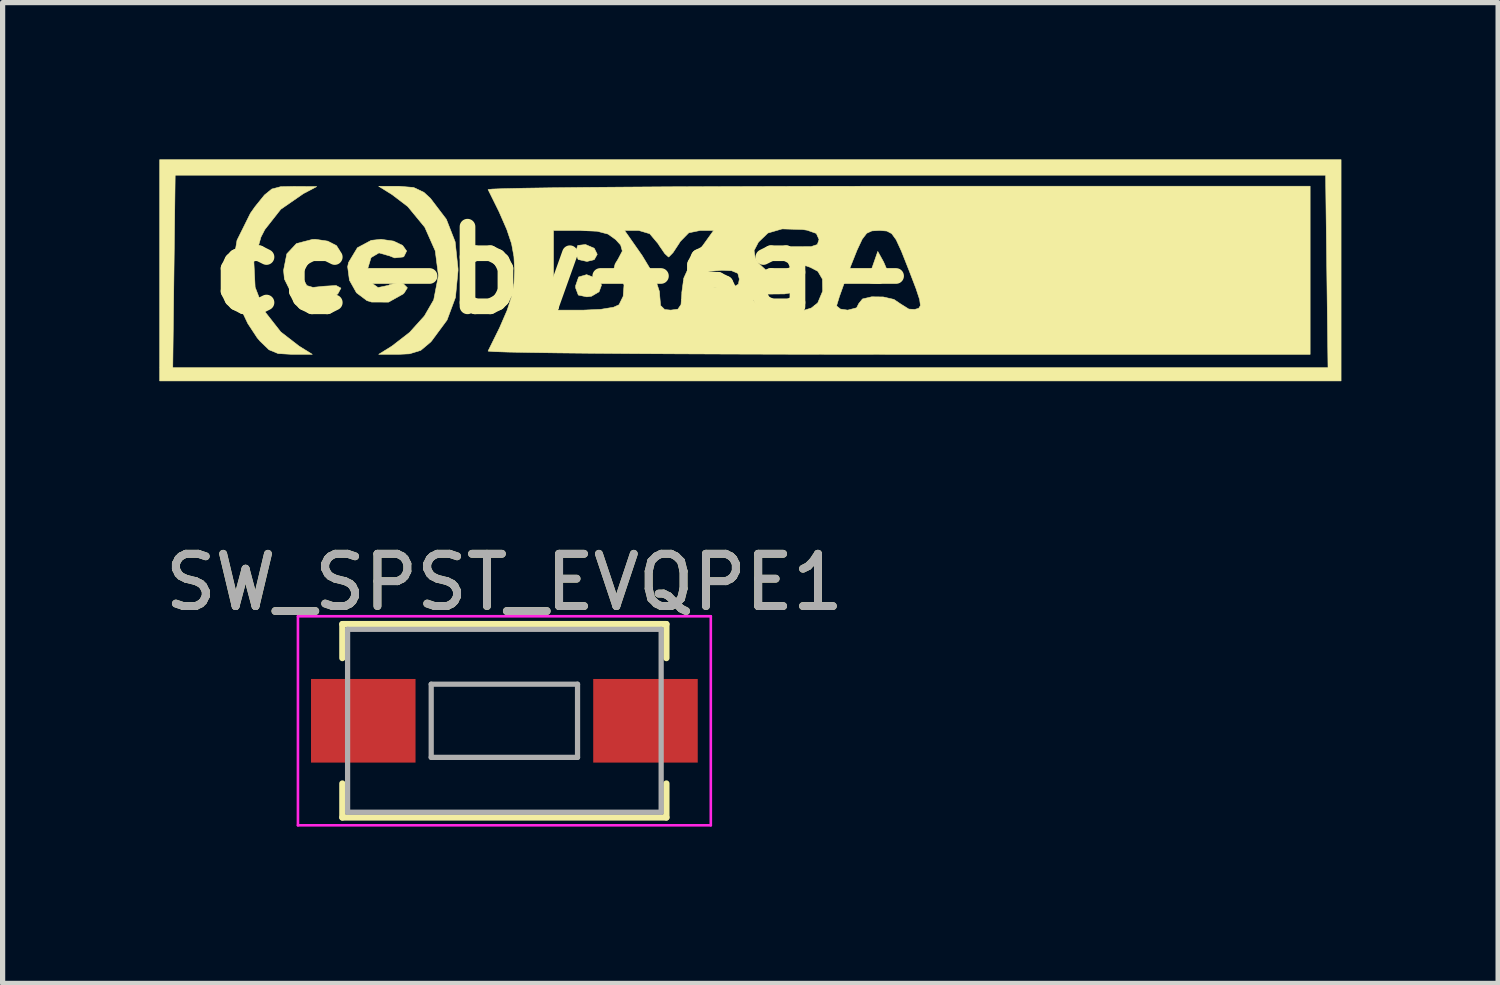
<source format=kicad_pcb>
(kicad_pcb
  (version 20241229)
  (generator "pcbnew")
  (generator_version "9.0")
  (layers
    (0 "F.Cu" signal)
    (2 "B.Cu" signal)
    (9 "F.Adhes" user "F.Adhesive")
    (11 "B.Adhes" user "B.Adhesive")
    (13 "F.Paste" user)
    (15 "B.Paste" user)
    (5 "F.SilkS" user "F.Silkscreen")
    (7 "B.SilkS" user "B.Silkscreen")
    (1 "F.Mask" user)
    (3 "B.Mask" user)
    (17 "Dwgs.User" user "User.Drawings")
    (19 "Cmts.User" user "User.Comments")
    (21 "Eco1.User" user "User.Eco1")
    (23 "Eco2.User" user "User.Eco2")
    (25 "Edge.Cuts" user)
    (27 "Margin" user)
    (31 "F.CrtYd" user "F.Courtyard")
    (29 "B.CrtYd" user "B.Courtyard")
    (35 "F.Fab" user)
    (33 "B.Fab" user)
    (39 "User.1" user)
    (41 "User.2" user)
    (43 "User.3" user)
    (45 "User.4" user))
  (footprint "SW_SPST_EVQPE1"
    (layer "F.Cu")
    (at 6.601 10.742)
    (property "Reference" "SW_SPST_EVQPE1" (at 0 -2.65 0) (layer "F.SilkS") (effects (font (size 1 1) (thickness 0.15))))
    (attr smd)
    (fp_line (start -3.1 -1.85) (end -3.1 -1.2) (stroke (width 0.12) (type solid)) (layer "F.SilkS"))
    (fp_line (start -3.1 1.2) (end -3.1 1.85) (stroke (width 0.12) (type solid)) (layer "F.SilkS"))
    (fp_line (start -3.1 1.85) (end 3.1 1.85) (stroke (width 0.12) (type solid)) (layer "F.SilkS"))
    (fp_line (start 3.1 -1.85) (end -3.1 -1.85) (stroke (width 0.12) (type solid)) (layer "F.SilkS"))
    (fp_line (start 3.1 -1.85) (end 3.1 -1.2) (stroke (width 0.12) (type solid)) (layer "F.SilkS"))
    (fp_line (start 3.1 1.85) (end 3.1 1.2) (stroke (width 0.12) (type solid)) (layer "F.SilkS"))
    (fp_line (start -3.95 -2) (end 3.95 -2) (stroke (width 0.05) (type solid)) (layer "F.CrtYd"))
    (fp_line (start -3.95 2) (end -3.95 -2) (stroke (width 0.05) (type solid)) (layer "F.CrtYd"))
    (fp_line (start 3.95 -2) (end 3.95 2) (stroke (width 0.05) (type solid)) (layer "F.CrtYd"))
    (fp_line (start 3.95 2) (end -3.95 2) (stroke (width 0.05) (type solid)) (layer "F.CrtYd"))
    (fp_line (start -3 -1.75) (end 3 -1.75) (stroke (width 0.1) (type solid)) (layer "F.Fab"))
    (fp_line (start -3 1.75) (end -3 -1.75) (stroke (width 0.1) (type solid)) (layer "F.Fab"))
    (fp_line (start -1.4 -0.7) (end 1.4 -0.7) (stroke (width 0.1) (type solid)) (layer "F.Fab"))
    (fp_line (start -1.4 0.7) (end -1.4 -0.7) (stroke (width 0.1) (type solid)) (layer "F.Fab"))
    (fp_line (start 1.4 -0.7) (end 1.4 0.7) (stroke (width 0.1) (type solid)) (layer "F.Fab"))
    (fp_line (start 1.4 0.7) (end -1.4 0.7) (stroke (width 0.1) (type solid)) (layer "F.Fab"))
    (fp_line (start 3 -1.75) (end 3 1.75) (stroke (width 0.1) (type solid)) (layer "F.Fab"))
    (fp_line (start 3 1.75) (end -3 1.75) (stroke (width 0.1) (type solid)) (layer "F.Fab"))
    (fp_text user "${REFERENCE}" (at 0 -2.65 0) (layer "F.Fab") (effects (font (size 1 1) (thickness 0.15))))
    (pad "1" smd rect (at -2.7 0) (size 2 1.6) (layers "F.Cu" "F.Mask" "F.Paste"))
    (pad "2" smd rect (at 2.7 0) (size 2 1.6) (layers "F.Cu" "F.Mask" "F.Paste")))
  (footprint "cc-by-sa-80x15"
    (layer "F.Cu")
    (at 11.266 2.122)
    (property "Reference" "cc-by-sa-80x15" (at 0 0 0) (layer "F.SilkS") (effects (font (size 1.524 1.524) (thickness 0.3))))
    (attr through_hole)
    (fp_poly (pts (xy -3.112 -0.493) (xy -2.945 -0.421) (xy -2.888 -0.306) (xy -2.945 -0.204) (xy -3.084 -0.169) (xy -3.252 -0.206) (xy -3.302 -0.336) (xy -3.302 -0.345) (xy -3.261 -0.476) (xy -3.113 -0.493) (xy -3.112 -0.493)) (stroke (width 0.01) (type solid)) (fill yes) (layer "F.SilkS"))
    (fp_poly (pts (xy -2.887 0.162) (xy -2.806 0.282) (xy -2.853 0.411) (xy -2.999 0.497) (xy -3.088 0.508) (xy -3.25 0.474) (xy -3.301 0.339) (xy -3.302 0.296) (xy -3.244 0.128) (xy -3.091 0.083) (xy -2.887 0.162)) (stroke (width 0.01) (type solid)) (fill yes) (layer "F.SilkS"))
    (fp_poly (pts (xy 2.592 -0.159) (xy 2.693 0.076) (xy 2.669 0.209) (xy 2.518 0.254) (xy 2.498 0.254) (xy 2.338 0.244) (xy 2.286 0.224) (xy 2.311 0.133) (xy 2.372 -0.053) (xy 2.383 -0.083) (xy 2.48 -0.361) (xy 2.592 -0.159)) (stroke (width 0.01) (type solid)) (fill yes) (layer "F.SilkS"))
    (fp_poly (pts (xy 11.345 2.117) (xy -11.261 2.117) (xy -11.261 1.863) (xy -11.01 1.863) (xy 11.095 1.863) (xy 11.049 -1.82) (xy -10.964 -1.82) (xy -11.01 1.863) (xy -11.261 1.863) (xy -11.261 -2.117) (xy 11.345 -2.117) (xy 11.345 2.117)) (stroke (width 0.01) (type solid)) (fill yes) (layer "F.SilkS"))
    (fp_poly (pts (xy -6.402 -1.585) (xy -6.205 -1.492) (xy -6.079 -1.376) (xy -5.775 -0.976) (xy -5.607 -0.546) (xy -5.552 -0.033) (xy -5.551 0) (xy -5.601 0.52) (xy -5.762 0.952) (xy -6.058 1.353) (xy -6.079 1.376) (xy -6.265 1.532) (xy -6.48 1.598) (xy -6.683 1.608) (xy -7.07 1.608) (xy -6.816 1.45) (xy -6.478 1.188) (xy -6.195 0.874) (xy -6.017 0.566) (xy -5.927 0.101) (xy -5.988 -0.373) (xy -6.188 -0.824) (xy -6.514 -1.22) (xy -6.816 -1.45) (xy -7.07 -1.608) (xy -6.683 -1.608) (xy -6.402 -1.585)) (stroke (width 0.01) (type solid)) (fill yes) (layer "F.SilkS"))
    (fp_poly (pts (xy -8.255 -1.602) (xy -8.509 -1.468) (xy -8.944 -1.167) (xy -9.249 -0.779) (xy -9.323 -0.635) (xy -9.458 -0.156) (xy -9.434 0.323) (xy -9.26 0.776) (xy -8.943 1.18) (xy -8.594 1.45) (xy -8.34 1.608) (xy -8.736 1.608) (xy -8.994 1.593) (xy -9.169 1.521) (xy -9.34 1.356) (xy -9.395 1.291) (xy -9.575 1.017) (xy -9.735 0.679) (xy -9.792 0.515) (xy -9.871 -0.037) (xy -9.781 -0.574) (xy -9.524 -1.092) (xy -9.432 -1.222) (xy -9.255 -1.441) (xy -9.114 -1.556) (xy -8.944 -1.6) (xy -8.696 -1.605) (xy -8.255 -1.602)) (stroke (width 0.01) (type solid)) (fill yes) (layer "F.SilkS"))
    (fp_poly (pts (xy -8.045 -0.558) (xy -7.877 -0.472) (xy -7.808 -0.362) (xy -7.87 -0.257) (xy -7.879 -0.251) (xy -8.03 -0.227) (xy -8.081 -0.258) (xy -8.25 -0.346) (xy -8.403 -0.298) (xy -8.507 -0.149) (xy -8.53 0.07) (xy -8.506 0.179) (xy -8.446 0.292) (xy -8.328 0.327) (xy -8.119 0.305) (xy -7.885 0.291) (xy -7.792 0.341) (xy -7.85 0.448) (xy -7.895 0.487) (xy -8.124 0.602) (xy -8.374 0.635) (xy -8.467 0.616) (xy -8.738 0.442) (xy -8.874 0.167) (xy -8.89 0) (xy -8.828 -0.314) (xy -8.643 -0.512) (xy -8.338 -0.591) (xy -8.28 -0.593) (xy -8.045 -0.558)) (stroke (width 0.01) (type solid)) (fill yes) (layer "F.SilkS"))
    (fp_poly (pts (xy -6.786 -0.559) (xy -6.612 -0.476) (xy -6.535 -0.369) (xy -6.587 -0.265) (xy -6.602 -0.255) (xy -6.765 -0.237) (xy -6.86 -0.275) (xy -7.065 -0.333) (xy -7.216 -0.243) (xy -7.281 -0.027) (xy -7.281 0) (xy -7.226 0.227) (xy -7.083 0.33) (xy -6.882 0.288) (xy -6.86 0.275) (xy -6.675 0.232) (xy -6.596 0.259) (xy -6.521 0.335) (xy -6.582 0.433) (xy -6.604 0.454) (xy -6.881 0.609) (xy -7.205 0.608) (xy -7.296 0.58) (xy -7.495 0.43) (xy -7.63 0.189) (xy -7.664 -0.069) (xy -7.646 -0.151) (xy -7.477 -0.432) (xy -7.213 -0.573) (xy -7.025 -0.593) (xy -6.786 -0.559)) (stroke (width 0.01) (type solid)) (fill yes) (layer "F.SilkS"))
    (fp_poly (pts (xy 10.753 1.609) (xy 2.872 1.609) (xy 1.733 1.608) (xy 0.645 1.606) (xy -0.382 1.603) (xy -1.335 1.599) (xy -2.204 1.594) (xy -2.975 1.588) (xy -3.639 1.581) (xy -4.182 1.573) (xy -4.593 1.565) (xy -4.861 1.556) (xy -4.974 1.547) (xy -4.977 1.545) (xy -4.758 1.102) (xy -4.612 0.765) (xy -4.524 0.493) (xy -4.481 0.246) (xy -4.47 0) (xy -4.482 -0.26) (xy -4.527 -0.508) (xy -4.612 -0.762) (xy -3.725 -0.762) (xy -3.725 0.762) (xy -3.15 0.762) (xy -2.821 0.747) (xy -2.577 0.707) (xy -2.472 0.66) (xy -2.392 0.498) (xy -2.376 0.287) (xy -2.422 0.105) (xy -2.494 0.032) (xy -2.571 -0.022) (xy -2.545 -0.123) (xy -2.489 -0.214) (xy -2.408 -0.368) (xy -2.44 -0.483) (xy -2.534 -0.587) (xy -2.682 -0.693) (xy -2.888 -0.747) (xy -3.205 -0.762) (xy -3.217 -0.762) (xy -2.365 -0.762) (xy -2.029 -0.282) (xy -1.797 0.102) (xy -1.698 0.407) (xy -1.693 0.48) (xy -1.676 0.674) (xy -1.597 0.751) (xy -1.482 0.762) (xy -1.345 0.744) (xy -1.285 0.656) (xy -1.278 0.557) (xy 0.099 0.557) (xy 0.102 0.577) (xy 0.204 0.705) (xy 0.417 0.785) (xy 0.69 0.816) (xy 0.971 0.796) (xy 1.208 0.722) (xy 1.257 0.683) (xy 1.693 0.683) (xy 1.766 0.742) (xy 1.905 0.762) (xy 2.075 0.718) (xy 2.117 0.635) (xy 2.188 0.548) (xy 2.364 0.507) (xy 2.584 0.51) (xy 2.789 0.557) (xy 2.916 0.643) (xy 3.074 0.742) (xy 3.186 0.749) (xy 3.263 0.727) (xy 3.296 0.675) (xy 3.281 0.561) (xy 3.213 0.354) (xy 3.087 0.025) (xy 3.069 -0.021) (xy 2.932 -0.367) (xy 2.832 -0.584) (xy 2.746 -0.702) (xy 2.653 -0.751) (xy 2.528 -0.762) (xy 2.504 -0.762) (xy 2.368 -0.754) (xy 2.269 -0.709) (xy 2.182 -0.596) (xy 2.083 -0.385) (xy 1.961 -0.079) (xy 1.84 0.239) (xy 1.747 0.498) (xy 1.698 0.657) (xy 1.693 0.683) (xy 1.257 0.683) (xy 1.331 0.624) (xy 1.425 0.4) (xy 1.421 0.169) (xy 1.333 0.019) (xy 1.19 -0.056) (xy 0.955 -0.139) (xy 0.862 -0.166) (xy 0.616 -0.258) (xy 0.533 -0.348) (xy 0.607 -0.418) (xy 0.832 -0.452) (xy 0.961 -0.452) (xy 1.206 -0.454) (xy 1.323 -0.493) (xy 1.355 -0.584) (xy 1.355 -0.591) (xy 1.304 -0.705) (xy 1.129 -0.767) (xy 1.041 -0.78) (xy 0.65 -0.792) (xy 0.378 -0.713) (xy 0.197 -0.539) (xy 0.113 -0.378) (xy 0.134 -0.244) (xy 0.202 -0.13) (xy 0.39 0.042) (xy 0.667 0.166) (xy 0.683 0.171) (xy 0.919 0.26) (xy 0.994 0.346) (xy 0.917 0.414) (xy 0.696 0.452) (xy 0.516 0.454) (xy 0.255 0.456) (xy 0.128 0.487) (xy 0.099 0.557) (xy -1.278 0.557) (xy -1.27 0.453) (xy -1.27 0.424) (xy -1.242 0.221) (xy -0.906 0.221) (xy -0.772 0.308) (xy -0.503 0.339) (xy -0.283 0.324) (xy -0.187 0.265) (xy -0.169 0.169) (xy -0.198 0.058) (xy -0.315 0.009) (xy -0.503 0) (xy -0.728 0.02) (xy -0.873 0.069) (xy -0.889 0.085) (xy -0.906 0.221) (xy -1.242 0.221) (xy -1.233 0.152) (xy -1.106 -0.127) (xy -0.966 -0.338) (xy -0.661 -0.762) (xy -0.919 -0.762) (xy -1.137 -0.717) (xy -1.298 -0.553) (xy -1.326 -0.508) (xy -1.438 -0.338) (xy -1.518 -0.256) (xy -1.524 -0.254) (xy -1.595 -0.319) (xy -1.705 -0.479) (xy -1.722 -0.508) (xy -1.884 -0.7) (xy -2.09 -0.761) (xy -2.119 -0.762) (xy -2.365 -0.762) (xy -3.217 -0.762) (xy -3.725 -0.762) (xy -4.612 -0.762) (xy -4.619 -0.782) (xy -4.769 -1.125) (xy -4.977 -1.545) (xy -4.899 -1.554) (xy -4.664 -1.563) (xy -4.282 -1.571) (xy -3.766 -1.579) (xy -3.128 -1.586) (xy -2.378 -1.592) (xy -1.53 -1.598) (xy -0.594 -1.602) (xy 0.418 -1.605) (xy 1.495 -1.608) (xy 2.623 -1.609) (xy 2.872 -1.609) (xy 10.753 -1.609) (xy 10.753 1.609)) (stroke (width 0.01) (type solid)) (fill yes) (layer "F.SilkS")))
  (gr_rect
    (start -3 -3)
    (end 25.616 15.767)
    (stroke (width 0.1) (type default))
    (fill no)
    (layer "Edge.Cuts")))
</source>
